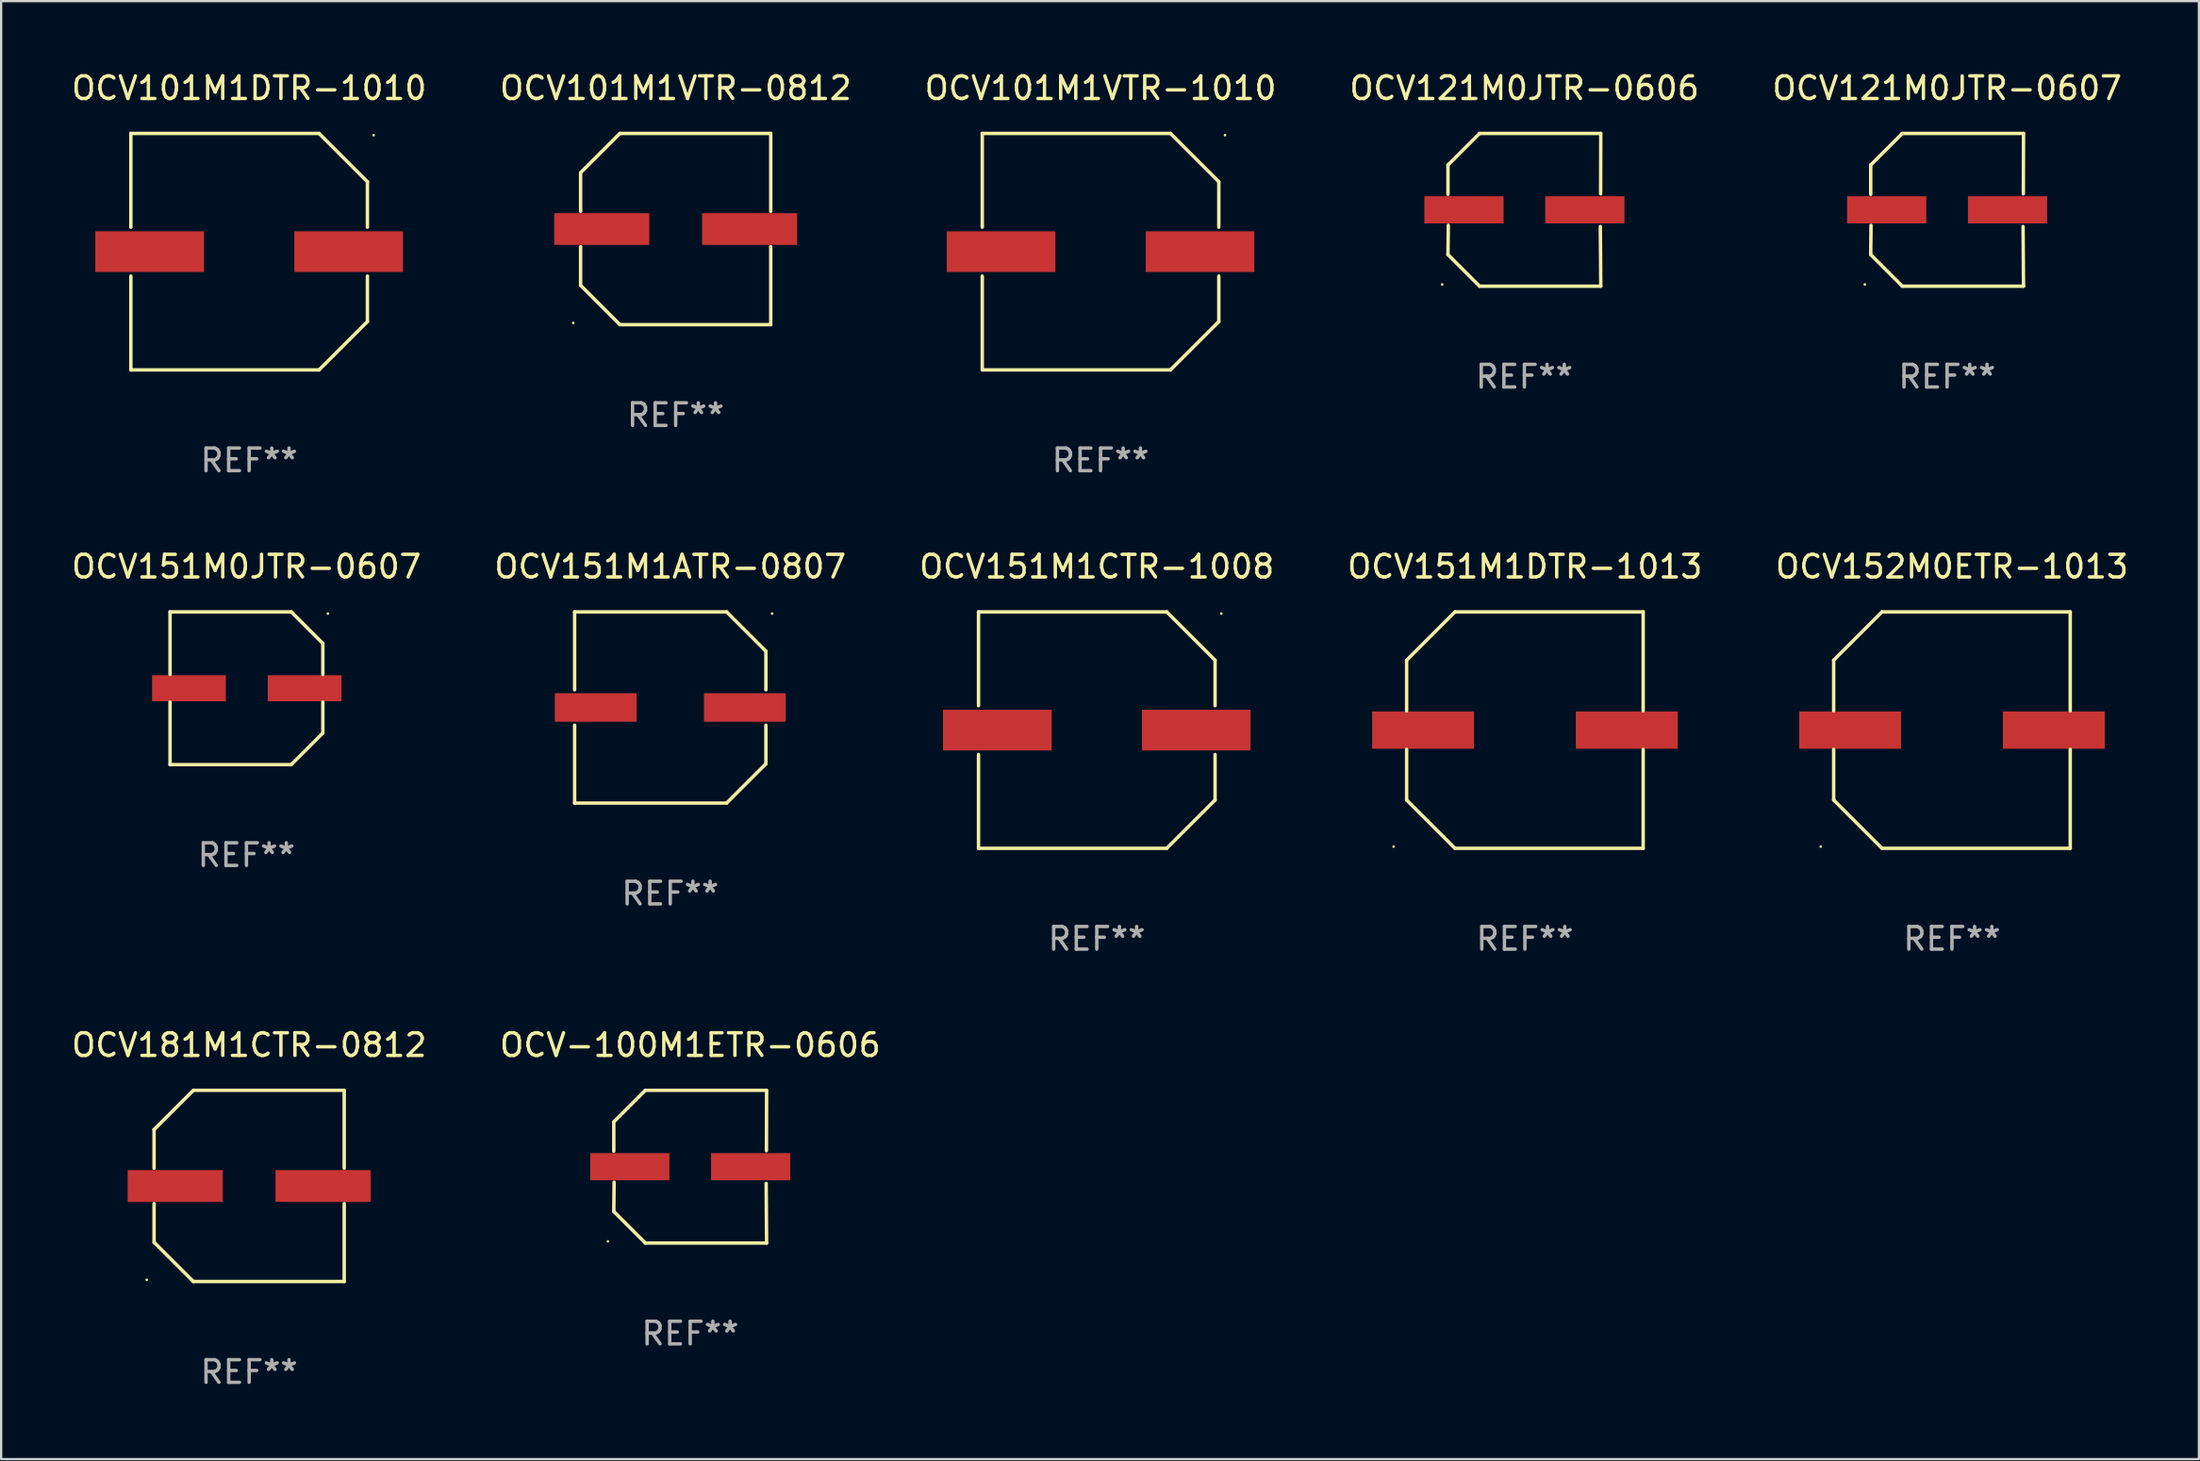
<source format=kicad_pcb>
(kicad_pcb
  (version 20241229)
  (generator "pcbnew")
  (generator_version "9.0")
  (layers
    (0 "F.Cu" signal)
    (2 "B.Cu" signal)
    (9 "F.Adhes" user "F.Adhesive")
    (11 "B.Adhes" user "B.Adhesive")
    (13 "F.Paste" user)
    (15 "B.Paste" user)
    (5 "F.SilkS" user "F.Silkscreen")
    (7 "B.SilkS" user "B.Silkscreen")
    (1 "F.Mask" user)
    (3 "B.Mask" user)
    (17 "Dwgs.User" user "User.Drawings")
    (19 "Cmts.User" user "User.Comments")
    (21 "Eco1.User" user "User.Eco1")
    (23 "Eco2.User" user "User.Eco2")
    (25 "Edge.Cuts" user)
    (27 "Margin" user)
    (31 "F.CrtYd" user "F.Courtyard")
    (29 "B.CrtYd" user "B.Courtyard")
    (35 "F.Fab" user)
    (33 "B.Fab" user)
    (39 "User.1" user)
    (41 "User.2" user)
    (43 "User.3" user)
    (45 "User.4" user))
  (footprint "OCV151M1CTR-1008"
    (layer "F.Cu")
    (at 45.411 29.223)
    (property "Reference" "OCV151M1CTR-1008" (at 0 -7.226 0) (layer "F.SilkS") (effects (font (size 1 1) (thickness 0.15))))
    (attr through_hole)
    (fp_line (start -5.226 -5.226) (end -5.226 -1.08) (stroke (width 0.152) (type solid)) (layer "F.SilkS"))
    (fp_line (start -5.226 -5.226) (end 3.09 -5.226) (stroke (width 0.152) (type solid)) (layer "F.SilkS"))
    (fp_line (start -5.226 1.08) (end -5.226 5.226) (stroke (width 0.152) (type solid)) (layer "F.SilkS"))
    (fp_line (start -5.226 5.226) (end 3.09 5.226) (stroke (width 0.152) (type solid)) (layer "F.SilkS"))
    (fp_line (start 3.09 -5.226) (end 5.226 -3.09) (stroke (width 0.152) (type solid)) (layer "F.SilkS"))
    (fp_line (start 3.09 5.226) (end 5.226 3.09) (stroke (width 0.152) (type solid)) (layer "F.SilkS"))
    (fp_line (start 5.226 -1.08) (end 5.226 -3.09) (stroke (width 0.152) (type solid)) (layer "F.SilkS"))
    (fp_line (start 5.226 3.09) (end 5.226 1.08) (stroke (width 0.152) (type solid)) (layer "F.SilkS"))
    (fp_circle (center 5.5 -5.15) (end 5.53 -5.15) (stroke (width 0.06) (type solid)) (fill no) (layer "F.SilkS"))
    (fp_text user "REF**" (at 0 9.226 0) (layer "F.Fab") (effects (font (size 1 1) (thickness 0.15))))
    (pad "1" smd rect (at 4.395 0 180) (size 4.8 1.8) (layers "F.Cu" "F.Mask" "F.Paste"))
    (pad "2" smd rect (at -4.395 0 180) (size 4.8 1.8) (layers "F.Cu" "F.Mask" "F.Paste")))
  (footprint "OCV181M1CTR-0812"
    (layer "F.Cu")
    (at 7.958 49.372)
    (property "Reference" "OCV181M1CTR-0812" (at 0 -6.226 0) (layer "F.SilkS") (effects (font (size 1 1) (thickness 0.15))))
    (attr through_hole)
    (fp_line (start -4.201 -2.49) (end -4.201 -0.782) (stroke (width 0.152) (type solid)) (layer "F.SilkS"))
    (fp_line (start -4.201 2.49) (end -4.201 0.782) (stroke (width 0.152) (type solid)) (layer "F.SilkS"))
    (fp_line (start -2.465 -4.226) (end -4.201 -2.49) (stroke (width 0.152) (type solid)) (layer "F.SilkS"))
    (fp_line (start -2.465 4.226) (end -4.201 2.49) (stroke (width 0.152) (type solid)) (layer "F.SilkS"))
    (fp_line (start 4.201 -4.226) (end -2.465 -4.226) (stroke (width 0.152) (type solid)) (layer "F.SilkS"))
    (fp_line (start 4.201 -0.782) (end 4.201 -4.226) (stroke (width 0.152) (type solid)) (layer "F.SilkS"))
    (fp_line (start 4.201 0.782) (end 4.201 4.226) (stroke (width 0.152) (type solid)) (layer "F.SilkS"))
    (fp_line (start 4.201 4.226) (end -2.465 4.226) (stroke (width 0.152) (type solid)) (layer "F.SilkS"))
    (fp_circle (center -4.524 4.15) (end -4.494 4.15) (stroke (width 0.06) (type solid)) (fill no) (layer "F.SilkS"))
    (fp_text user "REF**" (at 0 8.226 0) (layer "F.Fab") (effects (font (size 1 1) (thickness 0.15))))
    (pad "1" smd rect (at -3.267 0) (size 4.2 1.4) (layers "F.Cu" "F.Mask" "F.Paste"))
    (pad "2" smd rect (at 3.267 0) (size 4.2 1.4) (layers "F.Cu" "F.Mask" "F.Paste")))
  (footprint "OCV101M1VTR-0812"
    (layer "F.Cu")
    (at 26.804 7.074)
    (property "Reference" "OCV101M1VTR-0812" (at 0 -6.226 0) (layer "F.SilkS") (effects (font (size 1 1) (thickness 0.15))))
    (attr through_hole)
    (fp_line (start -4.201 -2.49) (end -4.201 -0.782) (stroke (width 0.152) (type solid)) (layer "F.SilkS"))
    (fp_line (start -4.201 2.49) (end -4.201 0.782) (stroke (width 0.152) (type solid)) (layer "F.SilkS"))
    (fp_line (start -2.465 -4.226) (end -4.201 -2.49) (stroke (width 0.152) (type solid)) (layer "F.SilkS"))
    (fp_line (start -2.465 4.226) (end -4.201 2.49) (stroke (width 0.152) (type solid)) (layer "F.SilkS"))
    (fp_line (start 4.201 -4.226) (end -2.465 -4.226) (stroke (width 0.152) (type solid)) (layer "F.SilkS"))
    (fp_line (start 4.201 -0.782) (end 4.201 -4.226) (stroke (width 0.152) (type solid)) (layer "F.SilkS"))
    (fp_line (start 4.201 0.782) (end 4.201 4.226) (stroke (width 0.152) (type solid)) (layer "F.SilkS"))
    (fp_line (start 4.201 4.226) (end -2.465 4.226) (stroke (width 0.152) (type solid)) (layer "F.SilkS"))
    (fp_circle (center -4.524 4.15) (end -4.494 4.15) (stroke (width 0.06) (type solid)) (fill no) (layer "F.SilkS"))
    (fp_text user "REF**" (at 0 8.226 0) (layer "F.Fab") (effects (font (size 1 1) (thickness 0.15))))
    (pad "1" smd rect (at -3.267 0) (size 4.2 1.4) (layers "F.Cu" "F.Mask" "F.Paste"))
    (pad "2" smd rect (at 3.267 0) (size 4.2 1.4) (layers "F.Cu" "F.Mask" "F.Paste")))
  (footprint "OCV151M0JTR-0607"
    (layer "F.Cu")
    (at 7.839 27.373)
    (property "Reference" "OCV151M0JTR-0607" (at 0 -5.376 0) (layer "F.SilkS") (effects (font (size 1 1) (thickness 0.15))))
    (attr through_hole)
    (fp_line (start -3.376 -3.376) (end 1.98 -3.376) (stroke (width 0.152) (type solid)) (layer "F.SilkS"))
    (fp_line (start -3.376 -0.607) (end -3.376 -3.376) (stroke (width 0.152) (type solid)) (layer "F.SilkS"))
    (fp_line (start -3.376 0.607) (end -3.376 3.376) (stroke (width 0.152) (type solid)) (layer "F.SilkS"))
    (fp_line (start -3.376 3.376) (end 1.98 3.376) (stroke (width 0.152) (type solid)) (layer "F.SilkS"))
    (fp_line (start 1.98 -3.376) (end 3.376 -1.98) (stroke (width 0.152) (type solid)) (layer "F.SilkS"))
    (fp_line (start 1.98 3.376) (end 3.376 1.98) (stroke (width 0.152) (type solid)) (layer "F.SilkS"))
    (fp_line (start 3.376 -1.98) (end 3.376 -0.607) (stroke (width 0.152) (type solid)) (layer "F.SilkS"))
    (fp_line (start 3.376 1.98) (end 3.376 0.607) (stroke (width 0.152) (type solid)) (layer "F.SilkS"))
    (fp_circle (center 3.6 -3.3) (end 3.63 -3.3) (stroke (width 0.06) (type solid)) (fill no) (layer "F.SilkS"))
    (fp_text user "REF**" (at 0 7.376 0) (layer "F.Fab") (effects (font (size 1 1) (thickness 0.15))))
    (pad "1" smd rect (at 2.57 0 180) (size 3.26 1.15) (layers "F.Cu" "F.Mask" "F.Paste"))
    (pad "2" smd rect (at -2.54 0 180) (size 3.26 1.15) (layers "F.Cu" "F.Mask" "F.Paste")))
  (footprint "OCV121M0JTR-0607"
    (layer "F.Cu")
    (at 82.982 6.224)
    (property "Reference" "OCV121M0JTR-0607" (at 0 -5.376 0) (layer "F.SilkS") (effects (font (size 1 1) (thickness 0.15))))
    (attr through_hole)
    (fp_line (start -3.376 -1.98) (end -3.376 -0.686) (stroke (width 0.152) (type solid)) (layer "F.SilkS"))
    (fp_line (start -3.376 1.981) (end -3.362 0.686) (stroke (width 0.152) (type solid)) (layer "F.SilkS"))
    (fp_line (start -1.981 3.376) (end -3.376 1.981) (stroke (width 0.152) (type solid)) (layer "F.SilkS"))
    (fp_line (start -1.98 -3.376) (end -3.376 -1.98) (stroke (width 0.152) (type solid)) (layer "F.SilkS"))
    (fp_line (start 3.356 0.74) (end 3.376 3.376) (stroke (width 0.152) (type solid)) (layer "F.SilkS"))
    (fp_line (start 3.369 -0.707) (end 3.376 -3.376) (stroke (width 0.152) (type solid)) (layer "F.SilkS"))
    (fp_line (start 3.376 3.376) (end -1.981 3.376) (stroke (width 0.152) (type solid)) (layer "F.SilkS"))
    (fp_line (start 3.376 -3.376) (end -1.98 -3.376) (stroke (width 0.152) (type solid)) (layer "F.SilkS"))
    (fp_circle (center -3.634 3.3) (end -3.604 3.3) (stroke (width 0.06) (type solid)) (fill no) (layer "F.SilkS"))
    (fp_text user "REF**" (at 0 7.376 0) (layer "F.Fab") (effects (font (size 1 1) (thickness 0.15))))
    (pad "1" smd rect (at -2.67 0.000254) (size 3.5 1.2) (layers "F.Cu" "F.Mask" "F.Paste"))
    (pad "2" smd rect (at 2.67 0.000254) (size 3.5 1.2) (layers "F.Cu" "F.Mask" "F.Paste")))
  (footprint "OCV121M0JTR-0606"
    (layer "F.Cu")
    (at 64.304 6.224)
    (property "Reference" "OCV121M0JTR-0606" (at 0 -5.376 0) (layer "F.SilkS") (effects (font (size 1 1) (thickness 0.15))))
    (attr through_hole)
    (fp_line (start -3.376 -1.98) (end -3.376 -0.686) (stroke (width 0.152) (type solid)) (layer "F.SilkS"))
    (fp_line (start -3.376 1.981) (end -3.362 0.686) (stroke (width 0.152) (type solid)) (layer "F.SilkS"))
    (fp_line (start -1.981 3.376) (end -3.376 1.981) (stroke (width 0.152) (type solid)) (layer "F.SilkS"))
    (fp_line (start -1.98 -3.376) (end -3.376 -1.98) (stroke (width 0.152) (type solid)) (layer "F.SilkS"))
    (fp_line (start 3.356 0.74) (end 3.376 3.376) (stroke (width 0.152) (type solid)) (layer "F.SilkS"))
    (fp_line (start 3.369 -0.707) (end 3.376 -3.376) (stroke (width 0.152) (type solid)) (layer "F.SilkS"))
    (fp_line (start 3.376 3.376) (end -1.981 3.376) (stroke (width 0.152) (type solid)) (layer "F.SilkS"))
    (fp_line (start 3.376 -3.376) (end -1.98 -3.376) (stroke (width 0.152) (type solid)) (layer "F.SilkS"))
    (fp_circle (center -3.634 3.3) (end -3.604 3.3) (stroke (width 0.06) (type solid)) (fill no) (layer "F.SilkS"))
    (fp_text user "REF**" (at 0 7.376 0) (layer "F.Fab") (effects (font (size 1 1) (thickness 0.15))))
    (pad "1" smd rect (at -2.67 0.000254) (size 3.5 1.2) (layers "F.Cu" "F.Mask" "F.Paste"))
    (pad "2" smd rect (at 2.67 0.000254) (size 3.5 1.2) (layers "F.Cu" "F.Mask" "F.Paste")))
  (footprint "OCV-100M1ETR-0606"
    (layer "F.Cu")
    (at 27.446 48.522)
    (property "Reference" "OCV-100M1ETR-0606" (at 0 -5.376 0) (layer "F.SilkS") (effects (font (size 1 1) (thickness 0.15))))
    (attr through_hole)
    (fp_line (start -3.376 -1.98) (end -3.376 -0.686) (stroke (width 0.152) (type solid)) (layer "F.SilkS"))
    (fp_line (start -3.376 1.981) (end -3.362 0.686) (stroke (width 0.152) (type solid)) (layer "F.SilkS"))
    (fp_line (start -1.981 3.376) (end -3.376 1.981) (stroke (width 0.152) (type solid)) (layer "F.SilkS"))
    (fp_line (start -1.98 -3.376) (end -3.376 -1.98) (stroke (width 0.152) (type solid)) (layer "F.SilkS"))
    (fp_line (start 3.356 0.74) (end 3.376 3.376) (stroke (width 0.152) (type solid)) (layer "F.SilkS"))
    (fp_line (start 3.369 -0.707) (end 3.376 -3.376) (stroke (width 0.152) (type solid)) (layer "F.SilkS"))
    (fp_line (start 3.376 3.376) (end -1.981 3.376) (stroke (width 0.152) (type solid)) (layer "F.SilkS"))
    (fp_line (start 3.376 -3.376) (end -1.98 -3.376) (stroke (width 0.152) (type solid)) (layer "F.SilkS"))
    (fp_circle (center -3.634 3.3) (end -3.604 3.3) (stroke (width 0.06) (type solid)) (fill no) (layer "F.SilkS"))
    (fp_text user "REF**" (at 0 7.376 0) (layer "F.Fab") (effects (font (size 1 1) (thickness 0.15))))
    (pad "1" smd rect (at -2.67 0.000254) (size 3.5 1.2) (layers "F.Cu" "F.Mask" "F.Paste"))
    (pad "2" smd rect (at 2.67 0.000254) (size 3.5 1.2) (layers "F.Cu" "F.Mask" "F.Paste")))
  (footprint "OCV101M1VTR-1010"
    (layer "F.Cu")
    (at 45.577 8.074)
    (property "Reference" "OCV101M1VTR-1010" (at 0 -7.226 0) (layer "F.SilkS") (effects (font (size 1 1) (thickness 0.15))))
    (attr through_hole)
    (fp_line (start -5.226 -5.226) (end -5.226 -1.08) (stroke (width 0.152) (type solid)) (layer "F.SilkS"))
    (fp_line (start -5.226 -5.226) (end 3.09 -5.226) (stroke (width 0.152) (type solid)) (layer "F.SilkS"))
    (fp_line (start -5.226 1.08) (end -5.226 5.226) (stroke (width 0.152) (type solid)) (layer "F.SilkS"))
    (fp_line (start -5.226 5.226) (end 3.09 5.226) (stroke (width 0.152) (type solid)) (layer "F.SilkS"))
    (fp_line (start 3.09 -5.226) (end 5.226 -3.09) (stroke (width 0.152) (type solid)) (layer "F.SilkS"))
    (fp_line (start 3.09 5.226) (end 5.226 3.09) (stroke (width 0.152) (type solid)) (layer "F.SilkS"))
    (fp_line (start 5.226 -1.08) (end 5.226 -3.09) (stroke (width 0.152) (type solid)) (layer "F.SilkS"))
    (fp_line (start 5.226 3.09) (end 5.226 1.08) (stroke (width 0.152) (type solid)) (layer "F.SilkS"))
    (fp_circle (center 5.5 -5.15) (end 5.53 -5.15) (stroke (width 0.06) (type solid)) (fill no) (layer "F.SilkS"))
    (fp_text user "REF**" (at 0 9.226 0) (layer "F.Fab") (effects (font (size 1 1) (thickness 0.15))))
    (pad "1" smd rect (at 4.395 0 180) (size 4.8 1.8) (layers "F.Cu" "F.Mask" "F.Paste"))
    (pad "2" smd rect (at -4.395 0 180) (size 4.8 1.8) (layers "F.Cu" "F.Mask" "F.Paste")))
  (footprint "OCV151M1ATR-0807"
    (layer "F.Cu")
    (at 26.565 28.223)
    (property "Reference" "OCV151M1ATR-0807" (at 0 -6.226 0) (layer "F.SilkS") (effects (font (size 1 1) (thickness 0.15))))
    (attr through_hole)
    (fp_line (start -4.226 -4.226) (end 2.49 -4.226) (stroke (width 0.152) (type solid)) (layer "F.SilkS"))
    (fp_line (start -4.226 -0.782) (end -4.226 -4.226) (stroke (width 0.152) (type solid)) (layer "F.SilkS"))
    (fp_line (start -4.226 0.782) (end -4.226 4.226) (stroke (width 0.152) (type solid)) (layer "F.SilkS"))
    (fp_line (start -4.226 4.226) (end 2.49 4.226) (stroke (width 0.152) (type solid)) (layer "F.SilkS"))
    (fp_line (start 2.49 -4.226) (end 4.226 -2.49) (stroke (width 0.152) (type solid)) (layer "F.SilkS"))
    (fp_line (start 2.49 4.226) (end 4.226 2.49) (stroke (width 0.152) (type solid)) (layer "F.SilkS"))
    (fp_line (start 4.226 -2.49) (end 4.226 -0.782) (stroke (width 0.152) (type solid)) (layer "F.SilkS"))
    (fp_line (start 4.226 2.49) (end 4.226 0.782) (stroke (width 0.152) (type solid)) (layer "F.SilkS"))
    (fp_circle (center 4.5 -4.15) (end 4.53 -4.15) (stroke (width 0.06) (type solid)) (fill no) (layer "F.SilkS"))
    (fp_text user "REF**" (at 0 8.226 0) (layer "F.Fab") (effects (font (size 1 1) (thickness 0.15))))
    (pad "1" smd rect (at 3.295 0 180) (size 3.61 1.26) (layers "F.Cu" "F.Mask" "F.Paste"))
    (pad "2" smd rect (at -3.295 0 180) (size 3.61 1.26) (layers "F.Cu" "F.Mask" "F.Paste")))
  (footprint "OCV101M1DTR-1010"
    (layer "F.Cu")
    (at 7.958 8.074)
    (property "Reference" "OCV101M1DTR-1010" (at 0 -7.226 0) (layer "F.SilkS") (effects (font (size 1 1) (thickness 0.15))))
    (attr through_hole)
    (fp_line (start -5.226 -5.226) (end -5.226 -1.08) (stroke (width 0.152) (type solid)) (layer "F.SilkS"))
    (fp_line (start -5.226 -5.226) (end 3.09 -5.226) (stroke (width 0.152) (type solid)) (layer "F.SilkS"))
    (fp_line (start -5.226 1.08) (end -5.226 5.226) (stroke (width 0.152) (type solid)) (layer "F.SilkS"))
    (fp_line (start -5.226 5.226) (end 3.09 5.226) (stroke (width 0.152) (type solid)) (layer "F.SilkS"))
    (fp_line (start 3.09 -5.226) (end 5.226 -3.09) (stroke (width 0.152) (type solid)) (layer "F.SilkS"))
    (fp_line (start 3.09 5.226) (end 5.226 3.09) (stroke (width 0.152) (type solid)) (layer "F.SilkS"))
    (fp_line (start 5.226 -1.08) (end 5.226 -3.09) (stroke (width 0.152) (type solid)) (layer "F.SilkS"))
    (fp_line (start 5.226 3.09) (end 5.226 1.08) (stroke (width 0.152) (type solid)) (layer "F.SilkS"))
    (fp_circle (center 5.5 -5.15) (end 5.53 -5.15) (stroke (width 0.06) (type solid)) (fill no) (layer "F.SilkS"))
    (fp_text user "REF**" (at 0 9.226 0) (layer "F.Fab") (effects (font (size 1 1) (thickness 0.15))))
    (pad "1" smd rect (at 4.395 0 180) (size 4.8 1.8) (layers "F.Cu" "F.Mask" "F.Paste"))
    (pad "2" smd rect (at -4.395 0 180) (size 4.8 1.8) (layers "F.Cu" "F.Mask" "F.Paste")))
  (footprint "OCV152M0ETR-1013"
    (layer "F.Cu")
    (at 83.196 29.223)
    (property "Reference" "OCV152M0ETR-1013" (at 0 -7.226 0) (layer "F.SilkS") (effects (font (size 1 1) (thickness 0.15))))
    (attr through_hole)
    (fp_line (start -5.226 -3.09) (end -5.226 -0.852) (stroke (width 0.152) (type solid)) (layer "F.SilkS"))
    (fp_line (start -5.226 3.09) (end -5.226 0.852) (stroke (width 0.152) (type solid)) (layer "F.SilkS"))
    (fp_line (start -3.09 -5.226) (end -5.226 -3.09) (stroke (width 0.152) (type solid)) (layer "F.SilkS"))
    (fp_line (start -3.09 5.226) (end -5.226 3.09) (stroke (width 0.152) (type solid)) (layer "F.SilkS"))
    (fp_line (start 5.226 -5.226) (end -3.09 -5.226) (stroke (width 0.152) (type solid)) (layer "F.SilkS"))
    (fp_line (start 5.226 -0.852) (end 5.226 -5.226) (stroke (width 0.152) (type solid)) (layer "F.SilkS"))
    (fp_line (start 5.226 0.852) (end 5.226 5.226) (stroke (width 0.152) (type solid)) (layer "F.SilkS"))
    (fp_line (start 5.226 5.226) (end -3.09 5.226) (stroke (width 0.152) (type solid)) (layer "F.SilkS"))
    (fp_circle (center -5.8 5.15) (end -5.77 5.15) (stroke (width 0.06) (type solid)) (fill no) (layer "F.SilkS"))
    (fp_text user "REF**" (at 0 9.226 0) (layer "F.Fab") (effects (font (size 1 1) (thickness 0.15))))
    (pad "1" smd rect (at -4.5 0) (size 4.5 1.65) (layers "F.Cu" "F.Mask" "F.Paste"))
    (pad "2" smd rect (at 4.5 0) (size 4.5 1.65) (layers "F.Cu" "F.Mask" "F.Paste")))
  (footprint "OCV151M1DTR-1013"
    (layer "F.Cu")
    (at 64.327 29.223)
    (property "Reference" "OCV151M1DTR-1013" (at 0 -7.226 0) (layer "F.SilkS") (effects (font (size 1 1) (thickness 0.15))))
    (attr through_hole)
    (fp_line (start -5.226 -3.09) (end -5.226 -0.852) (stroke (width 0.152) (type solid)) (layer "F.SilkS"))
    (fp_line (start -5.226 3.09) (end -5.226 0.852) (stroke (width 0.152) (type solid)) (layer "F.SilkS"))
    (fp_line (start -3.09 -5.226) (end -5.226 -3.09) (stroke (width 0.152) (type solid)) (layer "F.SilkS"))
    (fp_line (start -3.09 5.226) (end -5.226 3.09) (stroke (width 0.152) (type solid)) (layer "F.SilkS"))
    (fp_line (start 5.226 -5.226) (end -3.09 -5.226) (stroke (width 0.152) (type solid)) (layer "F.SilkS"))
    (fp_line (start 5.226 -0.852) (end 5.226 -5.226) (stroke (width 0.152) (type solid)) (layer "F.SilkS"))
    (fp_line (start 5.226 0.852) (end 5.226 5.226) (stroke (width 0.152) (type solid)) (layer "F.SilkS"))
    (fp_line (start 5.226 5.226) (end -3.09 5.226) (stroke (width 0.152) (type solid)) (layer "F.SilkS"))
    (fp_circle (center -5.8 5.15) (end -5.77 5.15) (stroke (width 0.06) (type solid)) (fill no) (layer "F.SilkS"))
    (fp_text user "REF**" (at 0 9.226 0) (layer "F.Fab") (effects (font (size 1 1) (thickness 0.15))))
    (pad "1" smd rect (at -4.5 0) (size 4.5 1.65) (layers "F.Cu" "F.Mask" "F.Paste"))
    (pad "2" smd rect (at 4.5 0) (size 4.5 1.65) (layers "F.Cu" "F.Mask" "F.Paste")))
  (gr_rect
    (start -3 -3)
    (end 94.107 61.447)
    (stroke (width 0.1) (type default))
    (fill no)
    (layer "Edge.Cuts")))
</source>
